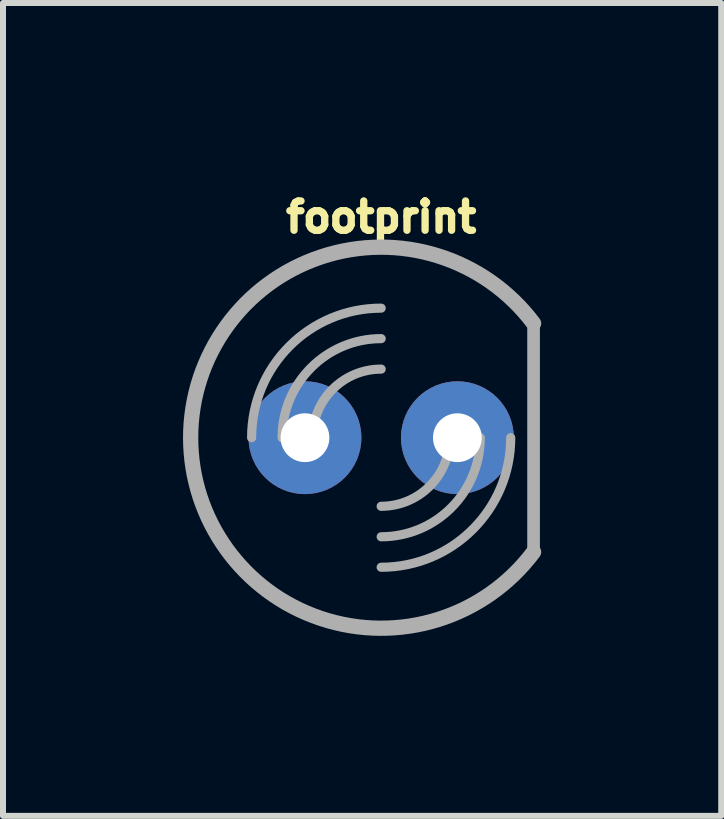
<source format=kicad_pcb>
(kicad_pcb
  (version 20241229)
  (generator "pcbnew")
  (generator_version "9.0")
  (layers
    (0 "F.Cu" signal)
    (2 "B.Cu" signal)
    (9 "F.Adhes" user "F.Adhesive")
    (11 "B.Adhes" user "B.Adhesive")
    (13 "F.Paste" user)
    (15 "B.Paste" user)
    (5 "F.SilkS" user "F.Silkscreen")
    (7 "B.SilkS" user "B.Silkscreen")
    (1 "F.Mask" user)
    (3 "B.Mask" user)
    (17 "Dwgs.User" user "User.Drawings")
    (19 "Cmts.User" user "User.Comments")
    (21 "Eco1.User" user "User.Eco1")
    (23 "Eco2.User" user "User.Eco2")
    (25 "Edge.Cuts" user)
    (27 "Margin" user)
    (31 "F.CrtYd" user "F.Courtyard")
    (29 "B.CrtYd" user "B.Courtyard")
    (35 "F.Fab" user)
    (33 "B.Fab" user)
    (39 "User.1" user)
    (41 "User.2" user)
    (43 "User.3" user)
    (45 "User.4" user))
  (footprint "footprint"
    (layer "F.Cu")
    (at 3.302 4.244)
    (property "Reference" "footprint" (at 0 -3.391 0) (layer "F.SilkS") (effects (font (size 0.488 0.488) (thickness 0.122)) (justify bottom)))
    (fp_poly (pts (xy -1.111 -0.483) (xy -0.969 -0.408) (xy -0.853 -0.289) (xy -0.763 0.006) (xy -0.79 0.166) (xy -0.862 0.305) (xy -0.974 0.415) (xy -1.115 0.486) (xy -1.261 0.507) (xy -1.27 0.445) (xy -1.278 0.507) (xy -1.423 0.488) (xy -1.564 0.42) (xy -1.68 0.309) (xy -1.779 0.027) (xy -1.757 -0.139) (xy -1.687 -0.286) (xy -1.571 -0.408) (xy -1.275 -0.512)) (stroke (width 0) (type solid)) (fill yes) (layer "F.Mask"))
    (fp_poly (pts (xy 1.429 -0.483) (xy 1.571 -0.408) (xy 1.687 -0.289) (xy 1.773 -0.008) (xy 1.712 0.01) (xy 1.775 0.021) (xy 1.75 0.166) (xy 1.678 0.305) (xy 1.566 0.415) (xy 1.425 0.486) (xy 1.279 0.507) (xy 1.27 0.445) (xy 1.262 0.507) (xy 1.117 0.488) (xy 0.976 0.42) (xy 0.86 0.309) (xy 0.761 0.027) (xy 0.783 -0.139) (xy 0.853 -0.286) (xy 0.969 -0.408) (xy 1.265 -0.512)) (stroke (width 0) (type solid)) (fill yes) (layer "F.Mask"))
    (fp_poly (pts (xy 1.471 -0.994) (xy 1.663 -0.932) (xy 1.839 -0.835) (xy 1.993 -0.705) (xy 2.119 -0.547) (xy 2.211 -0.368) (xy 2.267 -0.174) (xy 2.283 0.02) (xy 2.22 0.025) (xy 2.283 0.032) (xy 2.262 0.221) (xy 2.203 0.408) (xy 2.109 0.58) (xy 1.983 0.731) (xy 1.83 0.854) (xy 1.656 0.944) (xy 1.467 0.999) (xy 1.278 1.016) (xy 1.273 0.953) (xy 1.267 1.016) (xy 1.077 1) (xy 0.887 0.945) (xy 0.712 0.854) (xy 0.558 0.731) (xy 0.431 0.58) (xy 0.334 0.405) (xy 0.254 0.027) (xy 0.271 -0.177) (xy 0.327 -0.371) (xy 0.42 -0.549) (xy 0.546 -0.707) (xy 0.7 -0.836) (xy 0.88 -0.935) (xy 1.267 -1.017)) (stroke (width 0) (type solid)) (fill yes) (layer "B.Mask"))
    (fp_poly (pts (xy -1.069 -0.994) (xy -0.877 -0.932) (xy -0.701 -0.835) (xy -0.547 -0.705) (xy -0.421 -0.547) (xy -0.329 -0.368) (xy -0.273 -0.174) (xy -0.257 0.02) (xy -0.32 0.025) (xy -0.257 0.032) (xy -0.278 0.221) (xy -0.337 0.408) (xy -0.431 0.58) (xy -0.557 0.731) (xy -0.71 0.854) (xy -0.884 0.944) (xy -1.073 0.999) (xy -1.262 1.016) (xy -1.267 0.953) (xy -1.273 1.016) (xy -1.463 1) (xy -1.653 0.945) (xy -1.828 0.854) (xy -1.982 0.731) (xy -2.109 0.58) (xy -2.206 0.405) (xy -2.285 0.036) (xy -2.222 0.023) (xy -2.286 0.017) (xy -2.269 -0.177) (xy -2.213 -0.371) (xy -2.12 -0.549) (xy -1.994 -0.707) (xy -1.84 -0.836) (xy -1.66 -0.935) (xy -1.273 -1.017)) (stroke (width 0) (type solid)) (fill yes) (layer "B.Mask"))
    (fp_line (start 2.54 1.905) (end 2.54 -1.905) (stroke (width 0.203) (type solid)) (layer "F.Fab"))
    (fp_line (start 2.54 1.905) (end 2.54 -1.905) (stroke (width 0.203) (type solid)) (layer "F.Fab"))
    (fp_arc (start -2.159 0) (mid -1.526644 -1.526644) (end 0 -2.159) (stroke (width 0.1524) (type solid)) (layer "F.Fab"))
    (fp_arc (start -1.651 0) (mid -1.167433 -1.167433) (end 0 -1.651) (stroke (width 0.1524) (type solid)) (layer "F.Fab"))
    (fp_arc (start -1.143 0) (mid -0.808223 -0.808223) (end 0 -1.143) (stroke (width 0.1524) (type solid)) (layer "F.Fab"))
    (fp_arc (start 1.143 0) (mid 0.808223 0.808223) (end 0 1.143) (stroke (width 0.1524) (type solid)) (layer "F.Fab"))
    (fp_arc (start 1.651 0) (mid 1.167433 1.167433) (end 0 1.651) (stroke (width 0.1524) (type solid)) (layer "F.Fab"))
    (fp_arc (start 2.159 0) (mid 1.526644 1.526644) (end 0 2.159) (stroke (width 0.1524) (type solid)) (layer "F.Fab"))
    (fp_arc (start 2.54 1.905) (mid -3.175 0) (end 2.54 -1.905) (stroke (width 0.254) (type solid)) (layer "F.Fab"))
    (pad "A" thru_hole circle (at -1.27 0) (size 1.88 1.88) (drill 0.813) (layers "*.Cu"))
    (pad "K" thru_hole circle (at 1.27 0) (size 1.88 1.88) (drill 0.813) (layers "*.Cu")))
  (gr_rect
    (start -3 -3)
    (end 8.969 10.546)
    (stroke (width 0.1) (type default))
    (fill no)
    (layer "Edge.Cuts")))
</source>
